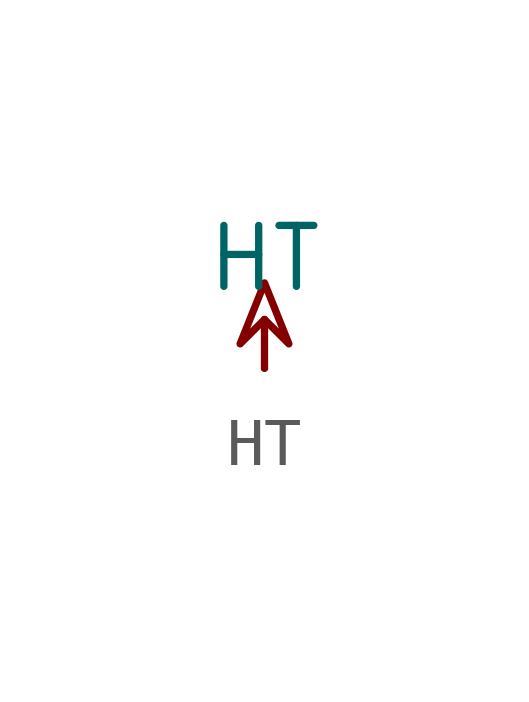
<source format=kicad_sym>
(kicad_symbol_lib
  (version 20231120)
  (generator "kicad_symbol_editor")
  (generator_version "8.0")
  (symbol "HT"
    (power)
    (pin_numbers hide)
    (pin_names
      (offset 0) hide)
    (property "Reference" "#PWR"
      (at 0 3.048 0)
      (effects (font (size 1.27 1.27)) (hide yes)))
    (property "Value" "HT"
      (at 0 2.286 0)
      (effects (font (size 1.27 1.27))))
    (symbol "HT_0_0"
      (pin power_in line (at 0 0 90) (length 0) (name "~" (effects (font (size 1.27 1.27)))) (number "1" (effects (font (size 1.27 1.27))))))
    (symbol "HT_0_1"
      (polyline (pts (xy 0 0) (xy 0 1.016) (xy 0 1.016)) (stroke (width 0) (type default)) (fill (type none)))
      (polyline (pts (xy 0 1.016) (xy 0.508 0.508) (xy 0 1.778) (xy -0.508 0.508) (xy 0 1.016) (xy 0 1.016)) (stroke (width 0) (type default)) (fill (type none))))))
</source>
